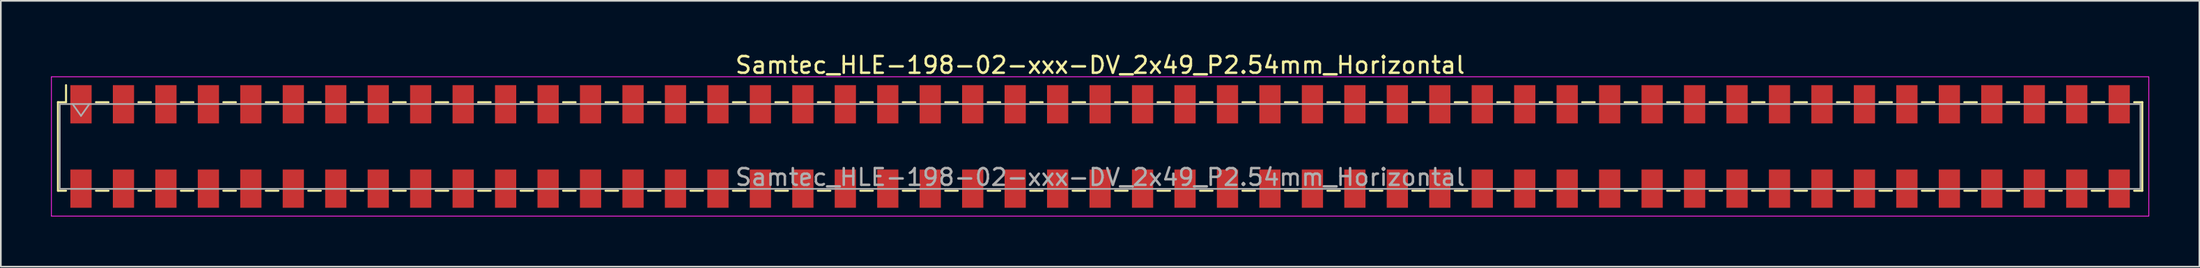
<source format=kicad_pcb>
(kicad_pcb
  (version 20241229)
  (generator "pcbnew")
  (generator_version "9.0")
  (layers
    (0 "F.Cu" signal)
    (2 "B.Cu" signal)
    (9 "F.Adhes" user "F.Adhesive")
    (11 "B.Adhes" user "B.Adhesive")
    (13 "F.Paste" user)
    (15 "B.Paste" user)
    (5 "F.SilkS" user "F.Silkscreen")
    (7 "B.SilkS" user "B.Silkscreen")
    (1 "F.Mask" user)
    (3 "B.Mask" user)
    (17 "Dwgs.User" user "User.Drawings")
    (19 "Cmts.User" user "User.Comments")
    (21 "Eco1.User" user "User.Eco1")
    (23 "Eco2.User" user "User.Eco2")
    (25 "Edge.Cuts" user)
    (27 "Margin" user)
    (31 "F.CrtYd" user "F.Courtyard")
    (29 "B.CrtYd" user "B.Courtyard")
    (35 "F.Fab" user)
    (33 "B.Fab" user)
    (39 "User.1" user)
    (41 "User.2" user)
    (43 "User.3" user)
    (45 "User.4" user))
  (footprint "Samtec_HLE-198-02-xxx-DV_2x49_P2.54mm_Horizontal"
    (layer "F.Cu")
    (at 62.755 5.718)
    (property "Reference" "Samtec_HLE-198-02-xxx-DV_2x49_P2.54mm_Horizontal" (at 0 -4.87 0) (layer "F.SilkS") (effects (font (size 1 1) (thickness 0.15))))
    (attr smd)
    (fp_line (start -62.34 -2.65) (end -62.34 2.65) (stroke (width 0.12) (type solid)) (layer "F.SilkS"))
    (fp_line (start -62.34 2.65) (end -61.855 2.65) (stroke (width 0.12) (type solid)) (layer "F.SilkS"))
    (fp_line (start -61.855 -3.67) (end -61.855 -2.65) (stroke (width 0.12) (type solid)) (layer "F.SilkS"))
    (fp_line (start -61.855 -2.65) (end -62.34 -2.65) (stroke (width 0.12) (type solid)) (layer "F.SilkS"))
    (fp_line (start -60.065 -2.65) (end -59.315 -2.65) (stroke (width 0.12) (type solid)) (layer "F.SilkS"))
    (fp_line (start -60.065 2.65) (end -59.315 2.65) (stroke (width 0.12) (type solid)) (layer "F.SilkS"))
    (fp_line (start -57.525 -2.65) (end -56.775 -2.65) (stroke (width 0.12) (type solid)) (layer "F.SilkS"))
    (fp_line (start -57.525 2.65) (end -56.775 2.65) (stroke (width 0.12) (type solid)) (layer "F.SilkS"))
    (fp_line (start -54.985 -2.65) (end -54.235 -2.65) (stroke (width 0.12) (type solid)) (layer "F.SilkS"))
    (fp_line (start -54.985 2.65) (end -54.235 2.65) (stroke (width 0.12) (type solid)) (layer "F.SilkS"))
    (fp_line (start -52.445 -2.65) (end -51.695 -2.65) (stroke (width 0.12) (type solid)) (layer "F.SilkS"))
    (fp_line (start -52.445 2.65) (end -51.695 2.65) (stroke (width 0.12) (type solid)) (layer "F.SilkS"))
    (fp_line (start -49.905 -2.65) (end -49.155 -2.65) (stroke (width 0.12) (type solid)) (layer "F.SilkS"))
    (fp_line (start -49.905 2.65) (end -49.155 2.65) (stroke (width 0.12) (type solid)) (layer "F.SilkS"))
    (fp_line (start -47.365 -2.65) (end -46.615 -2.65) (stroke (width 0.12) (type solid)) (layer "F.SilkS"))
    (fp_line (start -47.365 2.65) (end -46.615 2.65) (stroke (width 0.12) (type solid)) (layer "F.SilkS"))
    (fp_line (start -44.825 -2.65) (end -44.075 -2.65) (stroke (width 0.12) (type solid)) (layer "F.SilkS"))
    (fp_line (start -44.825 2.65) (end -44.075 2.65) (stroke (width 0.12) (type solid)) (layer "F.SilkS"))
    (fp_line (start -42.285 -2.65) (end -41.535 -2.65) (stroke (width 0.12) (type solid)) (layer "F.SilkS"))
    (fp_line (start -42.285 2.65) (end -41.535 2.65) (stroke (width 0.12) (type solid)) (layer "F.SilkS"))
    (fp_line (start -39.745 -2.65) (end -38.995 -2.65) (stroke (width 0.12) (type solid)) (layer "F.SilkS"))
    (fp_line (start -39.745 2.65) (end -38.995 2.65) (stroke (width 0.12) (type solid)) (layer "F.SilkS"))
    (fp_line (start -37.205 -2.65) (end -36.455 -2.65) (stroke (width 0.12) (type solid)) (layer "F.SilkS"))
    (fp_line (start -37.205 2.65) (end -36.455 2.65) (stroke (width 0.12) (type solid)) (layer "F.SilkS"))
    (fp_line (start -34.665 -2.65) (end -33.915 -2.65) (stroke (width 0.12) (type solid)) (layer "F.SilkS"))
    (fp_line (start -34.665 2.65) (end -33.915 2.65) (stroke (width 0.12) (type solid)) (layer "F.SilkS"))
    (fp_line (start -32.125 -2.65) (end -31.375 -2.65) (stroke (width 0.12) (type solid)) (layer "F.SilkS"))
    (fp_line (start -32.125 2.65) (end -31.375 2.65) (stroke (width 0.12) (type solid)) (layer "F.SilkS"))
    (fp_line (start -29.585 -2.65) (end -28.835 -2.65) (stroke (width 0.12) (type solid)) (layer "F.SilkS"))
    (fp_line (start -29.585 2.65) (end -28.835 2.65) (stroke (width 0.12) (type solid)) (layer "F.SilkS"))
    (fp_line (start -27.045 -2.65) (end -26.295 -2.65) (stroke (width 0.12) (type solid)) (layer "F.SilkS"))
    (fp_line (start -27.045 2.65) (end -26.295 2.65) (stroke (width 0.12) (type solid)) (layer "F.SilkS"))
    (fp_line (start -24.505 -2.65) (end -23.755 -2.65) (stroke (width 0.12) (type solid)) (layer "F.SilkS"))
    (fp_line (start -24.505 2.65) (end -23.755 2.65) (stroke (width 0.12) (type solid)) (layer "F.SilkS"))
    (fp_line (start -21.965 -2.65) (end -21.215 -2.65) (stroke (width 0.12) (type solid)) (layer "F.SilkS"))
    (fp_line (start -21.965 2.65) (end -21.215 2.65) (stroke (width 0.12) (type solid)) (layer "F.SilkS"))
    (fp_line (start -19.425 -2.65) (end -18.675 -2.65) (stroke (width 0.12) (type solid)) (layer "F.SilkS"))
    (fp_line (start -19.425 2.65) (end -18.675 2.65) (stroke (width 0.12) (type solid)) (layer "F.SilkS"))
    (fp_line (start -16.885 -2.65) (end -16.135 -2.65) (stroke (width 0.12) (type solid)) (layer "F.SilkS"))
    (fp_line (start -16.885 2.65) (end -16.135 2.65) (stroke (width 0.12) (type solid)) (layer "F.SilkS"))
    (fp_line (start -14.345 -2.65) (end -13.595 -2.65) (stroke (width 0.12) (type solid)) (layer "F.SilkS"))
    (fp_line (start -14.345 2.65) (end -13.595 2.65) (stroke (width 0.12) (type solid)) (layer "F.SilkS"))
    (fp_line (start -11.805 -2.65) (end -11.055 -2.65) (stroke (width 0.12) (type solid)) (layer "F.SilkS"))
    (fp_line (start -11.805 2.65) (end -11.055 2.65) (stroke (width 0.12) (type solid)) (layer "F.SilkS"))
    (fp_line (start -9.265 -2.65) (end -8.515 -2.65) (stroke (width 0.12) (type solid)) (layer "F.SilkS"))
    (fp_line (start -9.265 2.65) (end -8.515 2.65) (stroke (width 0.12) (type solid)) (layer "F.SilkS"))
    (fp_line (start -6.725 -2.65) (end -5.975 -2.65) (stroke (width 0.12) (type solid)) (layer "F.SilkS"))
    (fp_line (start -6.725 2.65) (end -5.975 2.65) (stroke (width 0.12) (type solid)) (layer "F.SilkS"))
    (fp_line (start -4.185 -2.65) (end -3.435 -2.65) (stroke (width 0.12) (type solid)) (layer "F.SilkS"))
    (fp_line (start -4.185 2.65) (end -3.435 2.65) (stroke (width 0.12) (type solid)) (layer "F.SilkS"))
    (fp_line (start -1.645 -2.65) (end -0.895 -2.65) (stroke (width 0.12) (type solid)) (layer "F.SilkS"))
    (fp_line (start -1.645 2.65) (end -0.895 2.65) (stroke (width 0.12) (type solid)) (layer "F.SilkS"))
    (fp_line (start 0.895 -2.65) (end 1.645 -2.65) (stroke (width 0.12) (type solid)) (layer "F.SilkS"))
    (fp_line (start 0.895 2.65) (end 1.645 2.65) (stroke (width 0.12) (type solid)) (layer "F.SilkS"))
    (fp_line (start 3.435 -2.65) (end 4.185 -2.65) (stroke (width 0.12) (type solid)) (layer "F.SilkS"))
    (fp_line (start 3.435 2.65) (end 4.185 2.65) (stroke (width 0.12) (type solid)) (layer "F.SilkS"))
    (fp_line (start 5.975 -2.65) (end 6.725 -2.65) (stroke (width 0.12) (type solid)) (layer "F.SilkS"))
    (fp_line (start 5.975 2.65) (end 6.725 2.65) (stroke (width 0.12) (type solid)) (layer "F.SilkS"))
    (fp_line (start 8.515 -2.65) (end 9.265 -2.65) (stroke (width 0.12) (type solid)) (layer "F.SilkS"))
    (fp_line (start 8.515 2.65) (end 9.265 2.65) (stroke (width 0.12) (type solid)) (layer "F.SilkS"))
    (fp_line (start 11.055 -2.65) (end 11.805 -2.65) (stroke (width 0.12) (type solid)) (layer "F.SilkS"))
    (fp_line (start 11.055 2.65) (end 11.805 2.65) (stroke (width 0.12) (type solid)) (layer "F.SilkS"))
    (fp_line (start 13.595 -2.65) (end 14.345 -2.65) (stroke (width 0.12) (type solid)) (layer "F.SilkS"))
    (fp_line (start 13.595 2.65) (end 14.345 2.65) (stroke (width 0.12) (type solid)) (layer "F.SilkS"))
    (fp_line (start 16.135 -2.65) (end 16.885 -2.65) (stroke (width 0.12) (type solid)) (layer "F.SilkS"))
    (fp_line (start 16.135 2.65) (end 16.885 2.65) (stroke (width 0.12) (type solid)) (layer "F.SilkS"))
    (fp_line (start 18.675 -2.65) (end 19.425 -2.65) (stroke (width 0.12) (type solid)) (layer "F.SilkS"))
    (fp_line (start 18.675 2.65) (end 19.425 2.65) (stroke (width 0.12) (type solid)) (layer "F.SilkS"))
    (fp_line (start 21.215 -2.65) (end 21.965 -2.65) (stroke (width 0.12) (type solid)) (layer "F.SilkS"))
    (fp_line (start 21.215 2.65) (end 21.965 2.65) (stroke (width 0.12) (type solid)) (layer "F.SilkS"))
    (fp_line (start 23.755 -2.65) (end 24.505 -2.65) (stroke (width 0.12) (type solid)) (layer "F.SilkS"))
    (fp_line (start 23.755 2.65) (end 24.505 2.65) (stroke (width 0.12) (type solid)) (layer "F.SilkS"))
    (fp_line (start 26.295 -2.65) (end 27.045 -2.65) (stroke (width 0.12) (type solid)) (layer "F.SilkS"))
    (fp_line (start 26.295 2.65) (end 27.045 2.65) (stroke (width 0.12) (type solid)) (layer "F.SilkS"))
    (fp_line (start 28.835 -2.65) (end 29.585 -2.65) (stroke (width 0.12) (type solid)) (layer "F.SilkS"))
    (fp_line (start 28.835 2.65) (end 29.585 2.65) (stroke (width 0.12) (type solid)) (layer "F.SilkS"))
    (fp_line (start 31.375 -2.65) (end 32.125 -2.65) (stroke (width 0.12) (type solid)) (layer "F.SilkS"))
    (fp_line (start 31.375 2.65) (end 32.125 2.65) (stroke (width 0.12) (type solid)) (layer "F.SilkS"))
    (fp_line (start 33.915 -2.65) (end 34.665 -2.65) (stroke (width 0.12) (type solid)) (layer "F.SilkS"))
    (fp_line (start 33.915 2.65) (end 34.665 2.65) (stroke (width 0.12) (type solid)) (layer "F.SilkS"))
    (fp_line (start 36.455 -2.65) (end 37.205 -2.65) (stroke (width 0.12) (type solid)) (layer "F.SilkS"))
    (fp_line (start 36.455 2.65) (end 37.205 2.65) (stroke (width 0.12) (type solid)) (layer "F.SilkS"))
    (fp_line (start 38.995 -2.65) (end 39.745 -2.65) (stroke (width 0.12) (type solid)) (layer "F.SilkS"))
    (fp_line (start 38.995 2.65) (end 39.745 2.65) (stroke (width 0.12) (type solid)) (layer "F.SilkS"))
    (fp_line (start 41.535 -2.65) (end 42.285 -2.65) (stroke (width 0.12) (type solid)) (layer "F.SilkS"))
    (fp_line (start 41.535 2.65) (end 42.285 2.65) (stroke (width 0.12) (type solid)) (layer "F.SilkS"))
    (fp_line (start 44.075 -2.65) (end 44.825 -2.65) (stroke (width 0.12) (type solid)) (layer "F.SilkS"))
    (fp_line (start 44.075 2.65) (end 44.825 2.65) (stroke (width 0.12) (type solid)) (layer "F.SilkS"))
    (fp_line (start 46.615 -2.65) (end 47.365 -2.65) (stroke (width 0.12) (type solid)) (layer "F.SilkS"))
    (fp_line (start 46.615 2.65) (end 47.365 2.65) (stroke (width 0.12) (type solid)) (layer "F.SilkS"))
    (fp_line (start 49.155 -2.65) (end 49.905 -2.65) (stroke (width 0.12) (type solid)) (layer "F.SilkS"))
    (fp_line (start 49.155 2.65) (end 49.905 2.65) (stroke (width 0.12) (type solid)) (layer "F.SilkS"))
    (fp_line (start 51.695 -2.65) (end 52.445 -2.65) (stroke (width 0.12) (type solid)) (layer "F.SilkS"))
    (fp_line (start 51.695 2.65) (end 52.445 2.65) (stroke (width 0.12) (type solid)) (layer "F.SilkS"))
    (fp_line (start 54.235 -2.65) (end 54.985 -2.65) (stroke (width 0.12) (type solid)) (layer "F.SilkS"))
    (fp_line (start 54.235 2.65) (end 54.985 2.65) (stroke (width 0.12) (type solid)) (layer "F.SilkS"))
    (fp_line (start 56.775 -2.65) (end 57.525 -2.65) (stroke (width 0.12) (type solid)) (layer "F.SilkS"))
    (fp_line (start 56.775 2.65) (end 57.525 2.65) (stroke (width 0.12) (type solid)) (layer "F.SilkS"))
    (fp_line (start 59.315 -2.65) (end 60.065 -2.65) (stroke (width 0.12) (type solid)) (layer "F.SilkS"))
    (fp_line (start 59.315 2.65) (end 60.065 2.65) (stroke (width 0.12) (type solid)) (layer "F.SilkS"))
    (fp_line (start 61.855 -2.65) (end 62.34 -2.65) (stroke (width 0.12) (type solid)) (layer "F.SilkS"))
    (fp_line (start 62.34 -2.65) (end 62.34 2.65) (stroke (width 0.12) (type solid)) (layer "F.SilkS"))
    (fp_line (start 62.34 2.65) (end 61.855 2.65) (stroke (width 0.12) (type solid)) (layer "F.SilkS"))
    (fp_line (start -62.73 -4.17) (end 62.73 -4.17) (stroke (width 0.05) (type solid)) (layer "F.CrtYd"))
    (fp_line (start -62.73 4.17) (end -62.73 -4.17) (stroke (width 0.05) (type solid)) (layer "F.CrtYd"))
    (fp_line (start 62.73 -4.17) (end 62.73 4.17) (stroke (width 0.05) (type solid)) (layer "F.CrtYd"))
    (fp_line (start 62.73 4.17) (end -62.73 4.17) (stroke (width 0.05) (type solid)) (layer "F.CrtYd"))
    (fp_line (start -62.23 -2.54) (end 62.23 -2.54) (stroke (width 0.1) (type solid)) (layer "F.Fab"))
    (fp_line (start -62.23 2.54) (end -62.23 -2.54) (stroke (width 0.1) (type solid)) (layer "F.Fab"))
    (fp_line (start -61.46 -2.54) (end -60.96 -1.833) (stroke (width 0.1) (type solid)) (layer "F.Fab"))
    (fp_line (start -60.96 -1.833) (end -60.46 -2.54) (stroke (width 0.1) (type solid)) (layer "F.Fab"))
    (fp_line (start 62.23 -2.54) (end 62.23 2.54) (stroke (width 0.1) (type solid)) (layer "F.Fab"))
    (fp_line (start 62.23 2.54) (end -62.23 2.54) (stroke (width 0.1) (type solid)) (layer "F.Fab"))
    (fp_text user "${REFERENCE}" (at 0 1.84 0) (layer "F.Fab") (effects (font (size 1 1) (thickness 0.15))))
    (pad "1" smd rect (at -60.96 -2.525) (size 1.27 2.29) (layers "F.Cu" "F.Mask" "F.Paste"))
    (pad "2" smd rect (at -60.96 2.525) (size 1.27 2.29) (layers "F.Cu" "F.Mask" "F.Paste"))
    (pad "3" smd rect (at -58.42 -2.525) (size 1.27 2.29) (layers "F.Cu" "F.Mask" "F.Paste"))
    (pad "4" smd rect (at -58.42 2.525) (size 1.27 2.29) (layers "F.Cu" "F.Mask" "F.Paste"))
    (pad "5" smd rect (at -55.88 -2.525) (size 1.27 2.29) (layers "F.Cu" "F.Mask" "F.Paste"))
    (pad "6" smd rect (at -55.88 2.525) (size 1.27 2.29) (layers "F.Cu" "F.Mask" "F.Paste"))
    (pad "7" smd rect (at -53.34 -2.525) (size 1.27 2.29) (layers "F.Cu" "F.Mask" "F.Paste"))
    (pad "8" smd rect (at -53.34 2.525) (size 1.27 2.29) (layers "F.Cu" "F.Mask" "F.Paste"))
    (pad "9" smd rect (at -50.8 -2.525) (size 1.27 2.29) (layers "F.Cu" "F.Mask" "F.Paste"))
    (pad "10" smd rect (at -50.8 2.525) (size 1.27 2.29) (layers "F.Cu" "F.Mask" "F.Paste"))
    (pad "11" smd rect (at -48.26 -2.525) (size 1.27 2.29) (layers "F.Cu" "F.Mask" "F.Paste"))
    (pad "12" smd rect (at -48.26 2.525) (size 1.27 2.29) (layers "F.Cu" "F.Mask" "F.Paste"))
    (pad "13" smd rect (at -45.72 -2.525) (size 1.27 2.29) (layers "F.Cu" "F.Mask" "F.Paste"))
    (pad "14" smd rect (at -45.72 2.525) (size 1.27 2.29) (layers "F.Cu" "F.Mask" "F.Paste"))
    (pad "15" smd rect (at -43.18 -2.525) (size 1.27 2.29) (layers "F.Cu" "F.Mask" "F.Paste"))
    (pad "16" smd rect (at -43.18 2.525) (size 1.27 2.29) (layers "F.Cu" "F.Mask" "F.Paste"))
    (pad "17" smd rect (at -40.64 -2.525) (size 1.27 2.29) (layers "F.Cu" "F.Mask" "F.Paste"))
    (pad "18" smd rect (at -40.64 2.525) (size 1.27 2.29) (layers "F.Cu" "F.Mask" "F.Paste"))
    (pad "19" smd rect (at -38.1 -2.525) (size 1.27 2.29) (layers "F.Cu" "F.Mask" "F.Paste"))
    (pad "20" smd rect (at -38.1 2.525) (size 1.27 2.29) (layers "F.Cu" "F.Mask" "F.Paste"))
    (pad "21" smd rect (at -35.56 -2.525) (size 1.27 2.29) (layers "F.Cu" "F.Mask" "F.Paste"))
    (pad "22" smd rect (at -35.56 2.525) (size 1.27 2.29) (layers "F.Cu" "F.Mask" "F.Paste"))
    (pad "23" smd rect (at -33.02 -2.525) (size 1.27 2.29) (layers "F.Cu" "F.Mask" "F.Paste"))
    (pad "24" smd rect (at -33.02 2.525) (size 1.27 2.29) (layers "F.Cu" "F.Mask" "F.Paste"))
    (pad "25" smd rect (at -30.48 -2.525) (size 1.27 2.29) (layers "F.Cu" "F.Mask" "F.Paste"))
    (pad "26" smd rect (at -30.48 2.525) (size 1.27 2.29) (layers "F.Cu" "F.Mask" "F.Paste"))
    (pad "27" smd rect (at -27.94 -2.525) (size 1.27 2.29) (layers "F.Cu" "F.Mask" "F.Paste"))
    (pad "28" smd rect (at -27.94 2.525) (size 1.27 2.29) (layers "F.Cu" "F.Mask" "F.Paste"))
    (pad "29" smd rect (at -25.4 -2.525) (size 1.27 2.29) (layers "F.Cu" "F.Mask" "F.Paste"))
    (pad "30" smd rect (at -25.4 2.525) (size 1.27 2.29) (layers "F.Cu" "F.Mask" "F.Paste"))
    (pad "31" smd rect (at -22.86 -2.525) (size 1.27 2.29) (layers "F.Cu" "F.Mask" "F.Paste"))
    (pad "32" smd rect (at -22.86 2.525) (size 1.27 2.29) (layers "F.Cu" "F.Mask" "F.Paste"))
    (pad "33" smd rect (at -20.32 -2.525) (size 1.27 2.29) (layers "F.Cu" "F.Mask" "F.Paste"))
    (pad "34" smd rect (at -20.32 2.525) (size 1.27 2.29) (layers "F.Cu" "F.Mask" "F.Paste"))
    (pad "35" smd rect (at -17.78 -2.525) (size 1.27 2.29) (layers "F.Cu" "F.Mask" "F.Paste"))
    (pad "36" smd rect (at -17.78 2.525) (size 1.27 2.29) (layers "F.Cu" "F.Mask" "F.Paste"))
    (pad "37" smd rect (at -15.24 -2.525) (size 1.27 2.29) (layers "F.Cu" "F.Mask" "F.Paste"))
    (pad "38" smd rect (at -15.24 2.525) (size 1.27 2.29) (layers "F.Cu" "F.Mask" "F.Paste"))
    (pad "39" smd rect (at -12.7 -2.525) (size 1.27 2.29) (layers "F.Cu" "F.Mask" "F.Paste"))
    (pad "40" smd rect (at -12.7 2.525) (size 1.27 2.29) (layers "F.Cu" "F.Mask" "F.Paste"))
    (pad "41" smd rect (at -10.16 -2.525) (size 1.27 2.29) (layers "F.Cu" "F.Mask" "F.Paste"))
    (pad "42" smd rect (at -10.16 2.525) (size 1.27 2.29) (layers "F.Cu" "F.Mask" "F.Paste"))
    (pad "43" smd rect (at -7.62 -2.525) (size 1.27 2.29) (layers "F.Cu" "F.Mask" "F.Paste"))
    (pad "44" smd rect (at -7.62 2.525) (size 1.27 2.29) (layers "F.Cu" "F.Mask" "F.Paste"))
    (pad "45" smd rect (at -5.08 -2.525) (size 1.27 2.29) (layers "F.Cu" "F.Mask" "F.Paste"))
    (pad "46" smd rect (at -5.08 2.525) (size 1.27 2.29) (layers "F.Cu" "F.Mask" "F.Paste"))
    (pad "47" smd rect (at -2.54 -2.525) (size 1.27 2.29) (layers "F.Cu" "F.Mask" "F.Paste"))
    (pad "48" smd rect (at -2.54 2.525) (size 1.27 2.29) (layers "F.Cu" "F.Mask" "F.Paste"))
    (pad "49" smd rect (at 0 -2.525) (size 1.27 2.29) (layers "F.Cu" "F.Mask" "F.Paste"))
    (pad "50" smd rect (at 0 2.525) (size 1.27 2.29) (layers "F.Cu" "F.Mask" "F.Paste"))
    (pad "51" smd rect (at 2.54 -2.525) (size 1.27 2.29) (layers "F.Cu" "F.Mask" "F.Paste"))
    (pad "52" smd rect (at 2.54 2.525) (size 1.27 2.29) (layers "F.Cu" "F.Mask" "F.Paste"))
    (pad "53" smd rect (at 5.08 -2.525) (size 1.27 2.29) (layers "F.Cu" "F.Mask" "F.Paste"))
    (pad "54" smd rect (at 5.08 2.525) (size 1.27 2.29) (layers "F.Cu" "F.Mask" "F.Paste"))
    (pad "55" smd rect (at 7.62 -2.525) (size 1.27 2.29) (layers "F.Cu" "F.Mask" "F.Paste"))
    (pad "56" smd rect (at 7.62 2.525) (size 1.27 2.29) (layers "F.Cu" "F.Mask" "F.Paste"))
    (pad "57" smd rect (at 10.16 -2.525) (size 1.27 2.29) (layers "F.Cu" "F.Mask" "F.Paste"))
    (pad "58" smd rect (at 10.16 2.525) (size 1.27 2.29) (layers "F.Cu" "F.Mask" "F.Paste"))
    (pad "59" smd rect (at 12.7 -2.525) (size 1.27 2.29) (layers "F.Cu" "F.Mask" "F.Paste"))
    (pad "60" smd rect (at 12.7 2.525) (size 1.27 2.29) (layers "F.Cu" "F.Mask" "F.Paste"))
    (pad "61" smd rect (at 15.24 -2.525) (size 1.27 2.29) (layers "F.Cu" "F.Mask" "F.Paste"))
    (pad "62" smd rect (at 15.24 2.525) (size 1.27 2.29) (layers "F.Cu" "F.Mask" "F.Paste"))
    (pad "63" smd rect (at 17.78 -2.525) (size 1.27 2.29) (layers "F.Cu" "F.Mask" "F.Paste"))
    (pad "64" smd rect (at 17.78 2.525) (size 1.27 2.29) (layers "F.Cu" "F.Mask" "F.Paste"))
    (pad "65" smd rect (at 20.32 -2.525) (size 1.27 2.29) (layers "F.Cu" "F.Mask" "F.Paste"))
    (pad "66" smd rect (at 20.32 2.525) (size 1.27 2.29) (layers "F.Cu" "F.Mask" "F.Paste"))
    (pad "67" smd rect (at 22.86 -2.525) (size 1.27 2.29) (layers "F.Cu" "F.Mask" "F.Paste"))
    (pad "68" smd rect (at 22.86 2.525) (size 1.27 2.29) (layers "F.Cu" "F.Mask" "F.Paste"))
    (pad "69" smd rect (at 25.4 -2.525) (size 1.27 2.29) (layers "F.Cu" "F.Mask" "F.Paste"))
    (pad "70" smd rect (at 25.4 2.525) (size 1.27 2.29) (layers "F.Cu" "F.Mask" "F.Paste"))
    (pad "71" smd rect (at 27.94 -2.525) (size 1.27 2.29) (layers "F.Cu" "F.Mask" "F.Paste"))
    (pad "72" smd rect (at 27.94 2.525) (size 1.27 2.29) (layers "F.Cu" "F.Mask" "F.Paste"))
    (pad "73" smd rect (at 30.48 -2.525) (size 1.27 2.29) (layers "F.Cu" "F.Mask" "F.Paste"))
    (pad "74" smd rect (at 30.48 2.525) (size 1.27 2.29) (layers "F.Cu" "F.Mask" "F.Paste"))
    (pad "75" smd rect (at 33.02 -2.525) (size 1.27 2.29) (layers "F.Cu" "F.Mask" "F.Paste"))
    (pad "76" smd rect (at 33.02 2.525) (size 1.27 2.29) (layers "F.Cu" "F.Mask" "F.Paste"))
    (pad "77" smd rect (at 35.56 -2.525) (size 1.27 2.29) (layers "F.Cu" "F.Mask" "F.Paste"))
    (pad "78" smd rect (at 35.56 2.525) (size 1.27 2.29) (layers "F.Cu" "F.Mask" "F.Paste"))
    (pad "79" smd rect (at 38.1 -2.525) (size 1.27 2.29) (layers "F.Cu" "F.Mask" "F.Paste"))
    (pad "80" smd rect (at 38.1 2.525) (size 1.27 2.29) (layers "F.Cu" "F.Mask" "F.Paste"))
    (pad "81" smd rect (at 40.64 -2.525) (size 1.27 2.29) (layers "F.Cu" "F.Mask" "F.Paste"))
    (pad "82" smd rect (at 40.64 2.525) (size 1.27 2.29) (layers "F.Cu" "F.Mask" "F.Paste"))
    (pad "83" smd rect (at 43.18 -2.525) (size 1.27 2.29) (layers "F.Cu" "F.Mask" "F.Paste"))
    (pad "84" smd rect (at 43.18 2.525) (size 1.27 2.29) (layers "F.Cu" "F.Mask" "F.Paste"))
    (pad "85" smd rect (at 45.72 -2.525) (size 1.27 2.29) (layers "F.Cu" "F.Mask" "F.Paste"))
    (pad "86" smd rect (at 45.72 2.525) (size 1.27 2.29) (layers "F.Cu" "F.Mask" "F.Paste"))
    (pad "87" smd rect (at 48.26 -2.525) (size 1.27 2.29) (layers "F.Cu" "F.Mask" "F.Paste"))
    (pad "88" smd rect (at 48.26 2.525) (size 1.27 2.29) (layers "F.Cu" "F.Mask" "F.Paste"))
    (pad "89" smd rect (at 50.8 -2.525) (size 1.27 2.29) (layers "F.Cu" "F.Mask" "F.Paste"))
    (pad "90" smd rect (at 50.8 2.525) (size 1.27 2.29) (layers "F.Cu" "F.Mask" "F.Paste"))
    (pad "91" smd rect (at 53.34 -2.525) (size 1.27 2.29) (layers "F.Cu" "F.Mask" "F.Paste"))
    (pad "92" smd rect (at 53.34 2.525) (size 1.27 2.29) (layers "F.Cu" "F.Mask" "F.Paste"))
    (pad "93" smd rect (at 55.88 -2.525) (size 1.27 2.29) (layers "F.Cu" "F.Mask" "F.Paste"))
    (pad "94" smd rect (at 55.88 2.525) (size 1.27 2.29) (layers "F.Cu" "F.Mask" "F.Paste"))
    (pad "95" smd rect (at 58.42 -2.525) (size 1.27 2.29) (layers "F.Cu" "F.Mask" "F.Paste"))
    (pad "96" smd rect (at 58.42 2.525) (size 1.27 2.29) (layers "F.Cu" "F.Mask" "F.Paste"))
    (pad "97" smd rect (at 60.96 -2.525) (size 1.27 2.29) (layers "F.Cu" "F.Mask" "F.Paste"))
    (pad "98" smd rect (at 60.96 2.525) (size 1.27 2.29) (layers "F.Cu" "F.Mask" "F.Paste")))
  (gr_rect
    (start -3 -3)
    (end 128.51 12.913)
    (stroke (width 0.1) (type default))
    (fill no)
    (layer "Edge.Cuts")))
</source>
